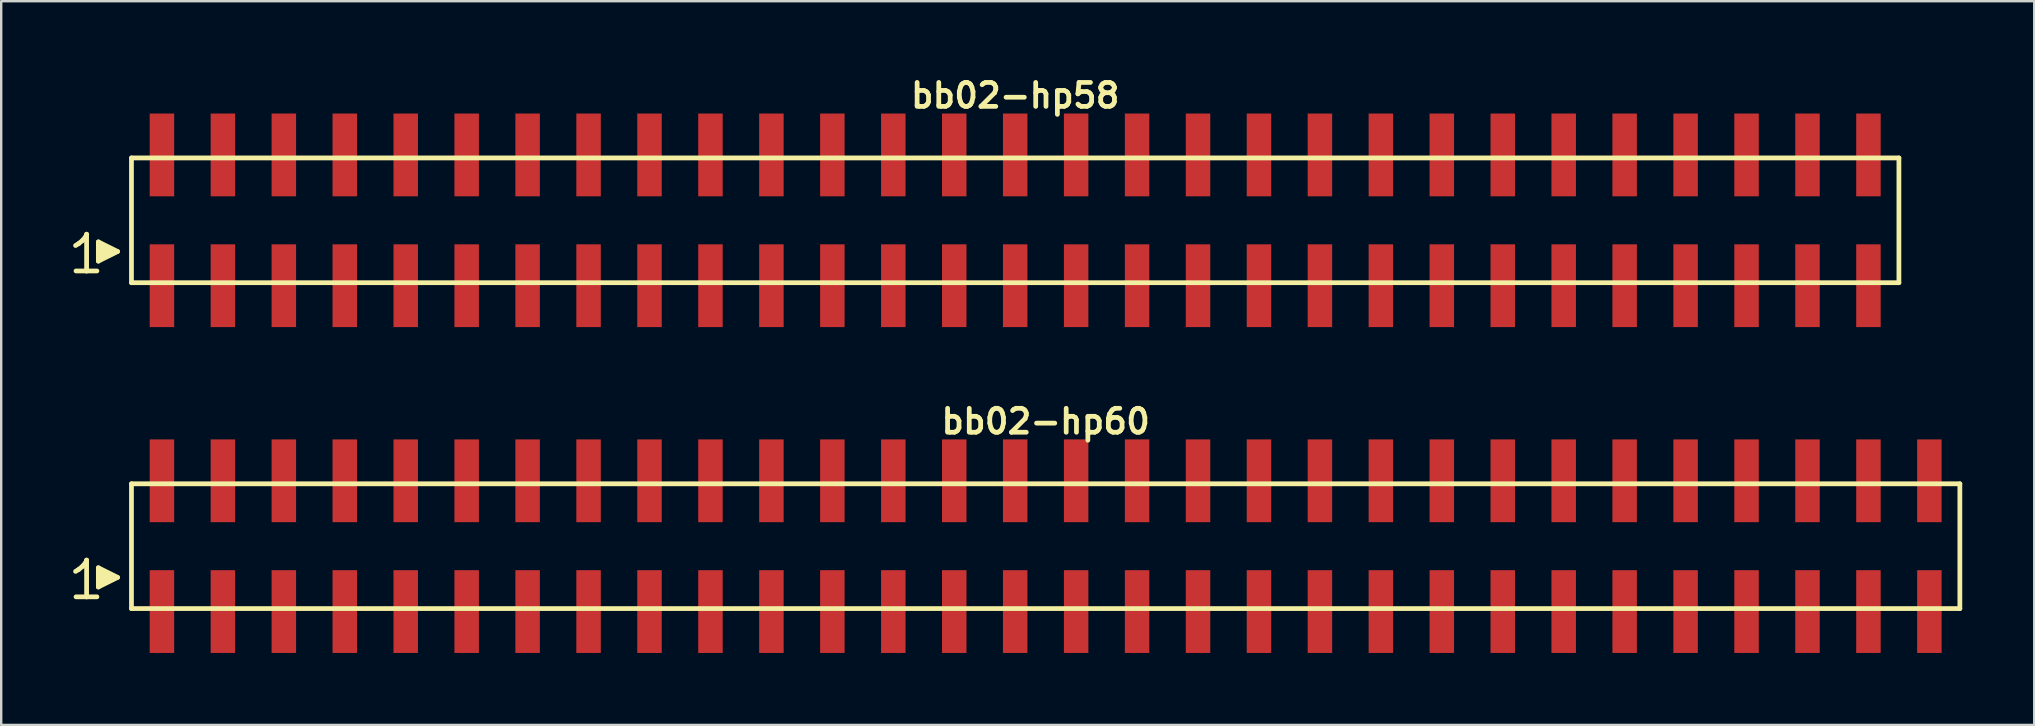
<source format=kicad_pcb>
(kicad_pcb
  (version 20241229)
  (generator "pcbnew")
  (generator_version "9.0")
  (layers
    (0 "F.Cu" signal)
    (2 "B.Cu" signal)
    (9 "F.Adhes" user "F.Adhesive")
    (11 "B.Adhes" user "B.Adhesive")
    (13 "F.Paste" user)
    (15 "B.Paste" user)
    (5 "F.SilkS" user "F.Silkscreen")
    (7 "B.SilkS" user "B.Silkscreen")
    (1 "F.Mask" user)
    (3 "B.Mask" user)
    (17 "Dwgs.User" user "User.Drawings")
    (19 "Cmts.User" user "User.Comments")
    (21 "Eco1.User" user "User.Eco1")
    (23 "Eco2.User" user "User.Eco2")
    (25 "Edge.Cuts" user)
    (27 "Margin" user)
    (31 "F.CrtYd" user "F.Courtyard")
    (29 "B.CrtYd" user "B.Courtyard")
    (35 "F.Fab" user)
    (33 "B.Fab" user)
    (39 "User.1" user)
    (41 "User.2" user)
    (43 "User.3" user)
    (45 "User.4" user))
  (footprint "bb02-hp60"
    (layer "F.Cu")
    (at 40.529 19.713)
    (property "Reference" "bb02-hp60" (at 0 -5.2 0) (layer "F.SilkS") (effects (font (size 0.998 0.998) (thickness 0.198))))
    (attr smd)
    (fp_line (start -40.43 1.05) (end -40.3 0.97) (stroke (width 0.198) (type solid)) (layer "F.SilkS"))
    (fp_line (start -40.3 0.97) (end -40.14 0.84) (stroke (width 0.198) (type solid)) (layer "F.SilkS"))
    (fp_line (start -40.14 0.84) (end -40 0.67) (stroke (width 0.198) (type solid)) (layer "F.SilkS"))
    (fp_line (start -40 0.67) (end -39.97 0.58) (stroke (width 0.198) (type solid)) (layer "F.SilkS"))
    (fp_line (start -39.97 0.58) (end -39.97 2.11) (stroke (width 0.198) (type solid)) (layer "F.SilkS"))
    (fp_line (start -39.97 2.11) (end -40.41 2.11) (stroke (width 0.198) (type solid)) (layer "F.SilkS"))
    (fp_line (start -39.54 2.11) (end -39.98 2.11) (stroke (width 0.198) (type solid)) (layer "F.SilkS"))
    (fp_line (start -39.48 0.9) (end -38.68 1.3) (stroke (width 0.198) (type solid)) (layer "F.SilkS"))
    (fp_line (start -39.48 1.7) (end -39.48 0.9) (stroke (width 0.198) (type solid)) (layer "F.SilkS"))
    (fp_line (start -39.38 1.6) (end -39.38 1) (stroke (width 0.198) (type solid)) (layer "F.SilkS"))
    (fp_line (start -39.28 1.1) (end -39.28 1.5) (stroke (width 0.198) (type solid)) (layer "F.SilkS"))
    (fp_line (start -39.18 1.5) (end -39.18 1.1) (stroke (width 0.198) (type solid)) (layer "F.SilkS"))
    (fp_line (start -39.08 1.2) (end -39.08 1.4) (stroke (width 0.198) (type solid)) (layer "F.SilkS"))
    (fp_line (start -38.98 1.4) (end -38.98 1.2) (stroke (width 0.198) (type solid)) (layer "F.SilkS"))
    (fp_line (start -38.68 1.3) (end -39.48 1.7) (stroke (width 0.198) (type solid)) (layer "F.SilkS"))
    (fp_line (start -38.1 -2.6) (end -38.1 2.6) (stroke (width 0.198) (type solid)) (layer "F.SilkS"))
    (fp_line (start -38.1 -2.6) (end 38.1 -2.6) (stroke (width 0.198) (type solid)) (layer "F.SilkS"))
    (fp_line (start 38.1 2.6) (end -38.1 2.6) (stroke (width 0.198) (type solid)) (layer "F.SilkS"))
    (fp_line (start 38.1 2.6) (end 38.1 -2.6) (stroke (width 0.198) (type solid)) (layer "F.SilkS"))
    (pad "1" smd rect (at -36.83 2.725) (size 1.02 3.45) (layers "F.Cu" "F.Mask" "F.Paste"))
    (pad "2" smd rect (at -36.83 -2.725) (size 1.02 3.45) (layers "F.Cu" "F.Mask" "F.Paste"))
    (pad "3" smd rect (at -34.29 2.725) (size 1.02 3.45) (layers "F.Cu" "F.Mask" "F.Paste"))
    (pad "4" smd rect (at -34.29 -2.725) (size 1.02 3.45) (layers "F.Cu" "F.Mask" "F.Paste"))
    (pad "5" smd rect (at -31.75 2.725) (size 1.02 3.45) (layers "F.Cu" "F.Mask" "F.Paste"))
    (pad "6" smd rect (at -31.75 -2.725) (size 1.02 3.45) (layers "F.Cu" "F.Mask" "F.Paste"))
    (pad "7" smd rect (at -29.21 2.725) (size 1.02 3.45) (layers "F.Cu" "F.Mask" "F.Paste"))
    (pad "8" smd rect (at -29.21 -2.725) (size 1.02 3.45) (layers "F.Cu" "F.Mask" "F.Paste"))
    (pad "9" smd rect (at -26.67 2.725) (size 1.02 3.45) (layers "F.Cu" "F.Mask" "F.Paste"))
    (pad "10" smd rect (at -26.67 -2.725) (size 1.02 3.45) (layers "F.Cu" "F.Mask" "F.Paste"))
    (pad "11" smd rect (at -24.13 2.725) (size 1.02 3.45) (layers "F.Cu" "F.Mask" "F.Paste"))
    (pad "12" smd rect (at -24.13 -2.725) (size 1.02 3.45) (layers "F.Cu" "F.Mask" "F.Paste"))
    (pad "13" smd rect (at -21.59 2.725) (size 1.02 3.45) (layers "F.Cu" "F.Mask" "F.Paste"))
    (pad "14" smd rect (at -21.59 -2.725) (size 1.02 3.45) (layers "F.Cu" "F.Mask" "F.Paste"))
    (pad "15" smd rect (at -19.05 2.725) (size 1.02 3.45) (layers "F.Cu" "F.Mask" "F.Paste"))
    (pad "16" smd rect (at -19.05 -2.725) (size 1.02 3.45) (layers "F.Cu" "F.Mask" "F.Paste"))
    (pad "17" smd rect (at -16.51 2.725) (size 1.02 3.45) (layers "F.Cu" "F.Mask" "F.Paste"))
    (pad "18" smd rect (at -16.51 -2.725) (size 1.02 3.45) (layers "F.Cu" "F.Mask" "F.Paste"))
    (pad "19" smd rect (at -13.97 2.725) (size 1.02 3.45) (layers "F.Cu" "F.Mask" "F.Paste"))
    (pad "20" smd rect (at -13.97 -2.725) (size 1.02 3.45) (layers "F.Cu" "F.Mask" "F.Paste"))
    (pad "21" smd rect (at -11.43 2.725) (size 1.02 3.45) (layers "F.Cu" "F.Mask" "F.Paste"))
    (pad "22" smd rect (at -11.43 -2.725) (size 1.02 3.45) (layers "F.Cu" "F.Mask" "F.Paste"))
    (pad "23" smd rect (at -8.89 2.725) (size 1.02 3.45) (layers "F.Cu" "F.Mask" "F.Paste"))
    (pad "24" smd rect (at -8.89 -2.725) (size 1.02 3.45) (layers "F.Cu" "F.Mask" "F.Paste"))
    (pad "25" smd rect (at -6.35 2.725) (size 1.02 3.45) (layers "F.Cu" "F.Mask" "F.Paste"))
    (pad "26" smd rect (at -6.35 -2.725) (size 1.02 3.45) (layers "F.Cu" "F.Mask" "F.Paste"))
    (pad "27" smd rect (at -3.81 2.725) (size 1.02 3.45) (layers "F.Cu" "F.Mask" "F.Paste"))
    (pad "28" smd rect (at -3.81 -2.725) (size 1.02 3.45) (layers "F.Cu" "F.Mask" "F.Paste"))
    (pad "29" smd rect (at -1.27 2.725) (size 1.02 3.45) (layers "F.Cu" "F.Mask" "F.Paste"))
    (pad "30" smd rect (at -1.27 -2.725) (size 1.02 3.45) (layers "F.Cu" "F.Mask" "F.Paste"))
    (pad "31" smd rect (at 1.27 2.725) (size 1.02 3.45) (layers "F.Cu" "F.Mask" "F.Paste"))
    (pad "32" smd rect (at 1.27 -2.725) (size 1.02 3.45) (layers "F.Cu" "F.Mask" "F.Paste"))
    (pad "33" smd rect (at 3.81 2.725) (size 1.02 3.45) (layers "F.Cu" "F.Mask" "F.Paste"))
    (pad "34" smd rect (at 3.81 -2.725) (size 1.02 3.45) (layers "F.Cu" "F.Mask" "F.Paste"))
    (pad "35" smd rect (at 6.35 2.725) (size 1.02 3.45) (layers "F.Cu" "F.Mask" "F.Paste"))
    (pad "36" smd rect (at 6.35 -2.725) (size 1.02 3.45) (layers "F.Cu" "F.Mask" "F.Paste"))
    (pad "37" smd rect (at 8.89 2.725) (size 1.02 3.45) (layers "F.Cu" "F.Mask" "F.Paste"))
    (pad "38" smd rect (at 8.89 -2.725) (size 1.02 3.45) (layers "F.Cu" "F.Mask" "F.Paste"))
    (pad "39" smd rect (at 11.43 2.725) (size 1.02 3.45) (layers "F.Cu" "F.Mask" "F.Paste"))
    (pad "40" smd rect (at 11.43 -2.725) (size 1.02 3.45) (layers "F.Cu" "F.Mask" "F.Paste"))
    (pad "41" smd rect (at 13.97 2.725) (size 1.02 3.45) (layers "F.Cu" "F.Mask" "F.Paste"))
    (pad "42" smd rect (at 13.97 -2.725) (size 1.02 3.45) (layers "F.Cu" "F.Mask" "F.Paste"))
    (pad "43" smd rect (at 16.51 2.725) (size 1.02 3.45) (layers "F.Cu" "F.Mask" "F.Paste"))
    (pad "44" smd rect (at 16.51 -2.725) (size 1.02 3.45) (layers "F.Cu" "F.Mask" "F.Paste"))
    (pad "45" smd rect (at 19.05 2.725) (size 1.02 3.45) (layers "F.Cu" "F.Mask" "F.Paste"))
    (pad "46" smd rect (at 19.05 -2.725) (size 1.02 3.45) (layers "F.Cu" "F.Mask" "F.Paste"))
    (pad "47" smd rect (at 21.59 2.725) (size 1.02 3.45) (layers "F.Cu" "F.Mask" "F.Paste"))
    (pad "48" smd rect (at 21.59 -2.725) (size 1.02 3.45) (layers "F.Cu" "F.Mask" "F.Paste"))
    (pad "49" smd rect (at 24.13 2.725) (size 1.02 3.45) (layers "F.Cu" "F.Mask" "F.Paste"))
    (pad "50" smd rect (at 24.13 -2.725) (size 1.02 3.45) (layers "F.Cu" "F.Mask" "F.Paste"))
    (pad "51" smd rect (at 26.67 2.725) (size 1.02 3.45) (layers "F.Cu" "F.Mask" "F.Paste"))
    (pad "52" smd rect (at 26.67 -2.725) (size 1.02 3.45) (layers "F.Cu" "F.Mask" "F.Paste"))
    (pad "53" smd rect (at 29.21 2.725) (size 1.02 3.45) (layers "F.Cu" "F.Mask" "F.Paste"))
    (pad "54" smd rect (at 29.21 -2.725) (size 1.02 3.45) (layers "F.Cu" "F.Mask" "F.Paste"))
    (pad "55" smd rect (at 31.75 2.725) (size 1.02 3.45) (layers "F.Cu" "F.Mask" "F.Paste"))
    (pad "56" smd rect (at 31.75 -2.725) (size 1.02 3.45) (layers "F.Cu" "F.Mask" "F.Paste"))
    (pad "57" smd rect (at 34.29 2.725) (size 1.02 3.45) (layers "F.Cu" "F.Mask" "F.Paste"))
    (pad "58" smd rect (at 34.29 -2.725) (size 1.02 3.45) (layers "F.Cu" "F.Mask" "F.Paste"))
    (pad "59" smd rect (at 36.83 2.725) (size 1.02 3.45) (layers "F.Cu" "F.Mask" "F.Paste"))
    (pad "60" smd rect (at 36.83 -2.725) (size 1.02 3.45) (layers "F.Cu" "F.Mask" "F.Paste")))
  (footprint "bb02-hp58"
    (layer "F.Cu")
    (at 39.259 6.132)
    (property "Reference" "bb02-hp58" (at 0 -5.2 0) (layer "F.SilkS") (effects (font (size 0.998 0.998) (thickness 0.198))))
    (attr smd)
    (fp_line (start -39.16 1.05) (end -39.03 0.97) (stroke (width 0.198) (type solid)) (layer "F.SilkS"))
    (fp_line (start -39.03 0.97) (end -38.87 0.84) (stroke (width 0.198) (type solid)) (layer "F.SilkS"))
    (fp_line (start -38.87 0.84) (end -38.73 0.67) (stroke (width 0.198) (type solid)) (layer "F.SilkS"))
    (fp_line (start -38.73 0.67) (end -38.7 0.58) (stroke (width 0.198) (type solid)) (layer "F.SilkS"))
    (fp_line (start -38.7 0.58) (end -38.7 2.11) (stroke (width 0.198) (type solid)) (layer "F.SilkS"))
    (fp_line (start -38.7 2.11) (end -39.14 2.11) (stroke (width 0.198) (type solid)) (layer "F.SilkS"))
    (fp_line (start -38.27 2.11) (end -38.71 2.11) (stroke (width 0.198) (type solid)) (layer "F.SilkS"))
    (fp_line (start -38.21 0.9) (end -37.41 1.3) (stroke (width 0.198) (type solid)) (layer "F.SilkS"))
    (fp_line (start -38.21 1.7) (end -38.21 0.9) (stroke (width 0.198) (type solid)) (layer "F.SilkS"))
    (fp_line (start -38.11 1.6) (end -38.11 1) (stroke (width 0.198) (type solid)) (layer "F.SilkS"))
    (fp_line (start -38.01 1.1) (end -38.01 1.5) (stroke (width 0.198) (type solid)) (layer "F.SilkS"))
    (fp_line (start -37.91 1.5) (end -37.91 1.1) (stroke (width 0.198) (type solid)) (layer "F.SilkS"))
    (fp_line (start -37.81 1.2) (end -37.81 1.4) (stroke (width 0.198) (type solid)) (layer "F.SilkS"))
    (fp_line (start -37.71 1.4) (end -37.71 1.2) (stroke (width 0.198) (type solid)) (layer "F.SilkS"))
    (fp_line (start -37.41 1.3) (end -38.21 1.7) (stroke (width 0.198) (type solid)) (layer "F.SilkS"))
    (fp_line (start -36.83 -2.6) (end -36.83 2.6) (stroke (width 0.198) (type solid)) (layer "F.SilkS"))
    (fp_line (start -36.83 -2.6) (end 36.83 -2.6) (stroke (width 0.198) (type solid)) (layer "F.SilkS"))
    (fp_line (start 36.83 2.6) (end -36.83 2.6) (stroke (width 0.198) (type solid)) (layer "F.SilkS"))
    (fp_line (start 36.83 2.6) (end 36.83 -2.6) (stroke (width 0.198) (type solid)) (layer "F.SilkS"))
    (pad "1" smd rect (at -35.56 2.725) (size 1.02 3.45) (layers "F.Cu" "F.Mask" "F.Paste"))
    (pad "2" smd rect (at -35.56 -2.725) (size 1.02 3.45) (layers "F.Cu" "F.Mask" "F.Paste"))
    (pad "3" smd rect (at -33.02 2.725) (size 1.02 3.45) (layers "F.Cu" "F.Mask" "F.Paste"))
    (pad "4" smd rect (at -33.02 -2.725) (size 1.02 3.45) (layers "F.Cu" "F.Mask" "F.Paste"))
    (pad "5" smd rect (at -30.48 2.725) (size 1.02 3.45) (layers "F.Cu" "F.Mask" "F.Paste"))
    (pad "6" smd rect (at -30.48 -2.725) (size 1.02 3.45) (layers "F.Cu" "F.Mask" "F.Paste"))
    (pad "7" smd rect (at -27.94 2.725) (size 1.02 3.45) (layers "F.Cu" "F.Mask" "F.Paste"))
    (pad "8" smd rect (at -27.94 -2.725) (size 1.02 3.45) (layers "F.Cu" "F.Mask" "F.Paste"))
    (pad "9" smd rect (at -25.4 2.725) (size 1.02 3.45) (layers "F.Cu" "F.Mask" "F.Paste"))
    (pad "10" smd rect (at -25.4 -2.725) (size 1.02 3.45) (layers "F.Cu" "F.Mask" "F.Paste"))
    (pad "11" smd rect (at -22.86 2.725) (size 1.02 3.45) (layers "F.Cu" "F.Mask" "F.Paste"))
    (pad "12" smd rect (at -22.86 -2.725) (size 1.02 3.45) (layers "F.Cu" "F.Mask" "F.Paste"))
    (pad "13" smd rect (at -20.32 2.725) (size 1.02 3.45) (layers "F.Cu" "F.Mask" "F.Paste"))
    (pad "14" smd rect (at -20.32 -2.725) (size 1.02 3.45) (layers "F.Cu" "F.Mask" "F.Paste"))
    (pad "15" smd rect (at -17.78 2.725) (size 1.02 3.45) (layers "F.Cu" "F.Mask" "F.Paste"))
    (pad "16" smd rect (at -17.78 -2.725) (size 1.02 3.45) (layers "F.Cu" "F.Mask" "F.Paste"))
    (pad "17" smd rect (at -15.24 2.725) (size 1.02 3.45) (layers "F.Cu" "F.Mask" "F.Paste"))
    (pad "18" smd rect (at -15.24 -2.725) (size 1.02 3.45) (layers "F.Cu" "F.Mask" "F.Paste"))
    (pad "19" smd rect (at -12.7 2.725) (size 1.02 3.45) (layers "F.Cu" "F.Mask" "F.Paste"))
    (pad "20" smd rect (at -12.7 -2.725) (size 1.02 3.45) (layers "F.Cu" "F.Mask" "F.Paste"))
    (pad "21" smd rect (at -10.16 2.725) (size 1.02 3.45) (layers "F.Cu" "F.Mask" "F.Paste"))
    (pad "22" smd rect (at -10.16 -2.725) (size 1.02 3.45) (layers "F.Cu" "F.Mask" "F.Paste"))
    (pad "23" smd rect (at -7.62 2.725) (size 1.02 3.45) (layers "F.Cu" "F.Mask" "F.Paste"))
    (pad "24" smd rect (at -7.62 -2.725) (size 1.02 3.45) (layers "F.Cu" "F.Mask" "F.Paste"))
    (pad "25" smd rect (at -5.08 2.725) (size 1.02 3.45) (layers "F.Cu" "F.Mask" "F.Paste"))
    (pad "26" smd rect (at -5.08 -2.725) (size 1.02 3.45) (layers "F.Cu" "F.Mask" "F.Paste"))
    (pad "27" smd rect (at -2.54 2.725) (size 1.02 3.45) (layers "F.Cu" "F.Mask" "F.Paste"))
    (pad "28" smd rect (at -2.54 -2.725) (size 1.02 3.45) (layers "F.Cu" "F.Mask" "F.Paste"))
    (pad "29" smd rect (at 0 2.725) (size 1.02 3.45) (layers "F.Cu" "F.Mask" "F.Paste"))
    (pad "30" smd rect (at 0 -2.725) (size 1.02 3.45) (layers "F.Cu" "F.Mask" "F.Paste"))
    (pad "31" smd rect (at 2.54 2.725) (size 1.02 3.45) (layers "F.Cu" "F.Mask" "F.Paste"))
    (pad "32" smd rect (at 2.54 -2.725) (size 1.02 3.45) (layers "F.Cu" "F.Mask" "F.Paste"))
    (pad "33" smd rect (at 5.08 2.725) (size 1.02 3.45) (layers "F.Cu" "F.Mask" "F.Paste"))
    (pad "34" smd rect (at 5.08 -2.725) (size 1.02 3.45) (layers "F.Cu" "F.Mask" "F.Paste"))
    (pad "35" smd rect (at 7.62 2.725) (size 1.02 3.45) (layers "F.Cu" "F.Mask" "F.Paste"))
    (pad "36" smd rect (at 7.62 -2.725) (size 1.02 3.45) (layers "F.Cu" "F.Mask" "F.Paste"))
    (pad "37" smd rect (at 10.16 2.725) (size 1.02 3.45) (layers "F.Cu" "F.Mask" "F.Paste"))
    (pad "38" smd rect (at 10.16 -2.725) (size 1.02 3.45) (layers "F.Cu" "F.Mask" "F.Paste"))
    (pad "39" smd rect (at 12.7 2.725) (size 1.02 3.45) (layers "F.Cu" "F.Mask" "F.Paste"))
    (pad "40" smd rect (at 12.7 -2.725) (size 1.02 3.45) (layers "F.Cu" "F.Mask" "F.Paste"))
    (pad "41" smd rect (at 15.24 2.725) (size 1.02 3.45) (layers "F.Cu" "F.Mask" "F.Paste"))
    (pad "42" smd rect (at 15.24 -2.725) (size 1.02 3.45) (layers "F.Cu" "F.Mask" "F.Paste"))
    (pad "43" smd rect (at 17.78 2.725) (size 1.02 3.45) (layers "F.Cu" "F.Mask" "F.Paste"))
    (pad "44" smd rect (at 17.78 -2.725) (size 1.02 3.45) (layers "F.Cu" "F.Mask" "F.Paste"))
    (pad "45" smd rect (at 20.32 2.725) (size 1.02 3.45) (layers "F.Cu" "F.Mask" "F.Paste"))
    (pad "46" smd rect (at 20.32 -2.725) (size 1.02 3.45) (layers "F.Cu" "F.Mask" "F.Paste"))
    (pad "47" smd rect (at 22.86 2.725) (size 1.02 3.45) (layers "F.Cu" "F.Mask" "F.Paste"))
    (pad "48" smd rect (at 22.86 -2.725) (size 1.02 3.45) (layers "F.Cu" "F.Mask" "F.Paste"))
    (pad "49" smd rect (at 25.4 2.725) (size 1.02 3.45) (layers "F.Cu" "F.Mask" "F.Paste"))
    (pad "50" smd rect (at 25.4 -2.725) (size 1.02 3.45) (layers "F.Cu" "F.Mask" "F.Paste"))
    (pad "51" smd rect (at 27.94 2.725) (size 1.02 3.45) (layers "F.Cu" "F.Mask" "F.Paste"))
    (pad "52" smd rect (at 27.94 -2.725) (size 1.02 3.45) (layers "F.Cu" "F.Mask" "F.Paste"))
    (pad "53" smd rect (at 30.48 2.725) (size 1.02 3.45) (layers "F.Cu" "F.Mask" "F.Paste"))
    (pad "54" smd rect (at 30.48 -2.725) (size 1.02 3.45) (layers "F.Cu" "F.Mask" "F.Paste"))
    (pad "55" smd rect (at 33.02 2.725) (size 1.02 3.45) (layers "F.Cu" "F.Mask" "F.Paste"))
    (pad "56" smd rect (at 33.02 -2.725) (size 1.02 3.45) (layers "F.Cu" "F.Mask" "F.Paste"))
    (pad "57" smd rect (at 35.56 2.725) (size 1.02 3.45) (layers "F.Cu" "F.Mask" "F.Paste"))
    (pad "58" smd rect (at 35.56 -2.725) (size 1.02 3.45) (layers "F.Cu" "F.Mask" "F.Paste")))
  (gr_rect
    (start -3 -3)
    (end 81.728 27.163)
    (stroke (width 0.1) (type default))
    (fill no)
    (layer "Edge.Cuts")))
</source>
